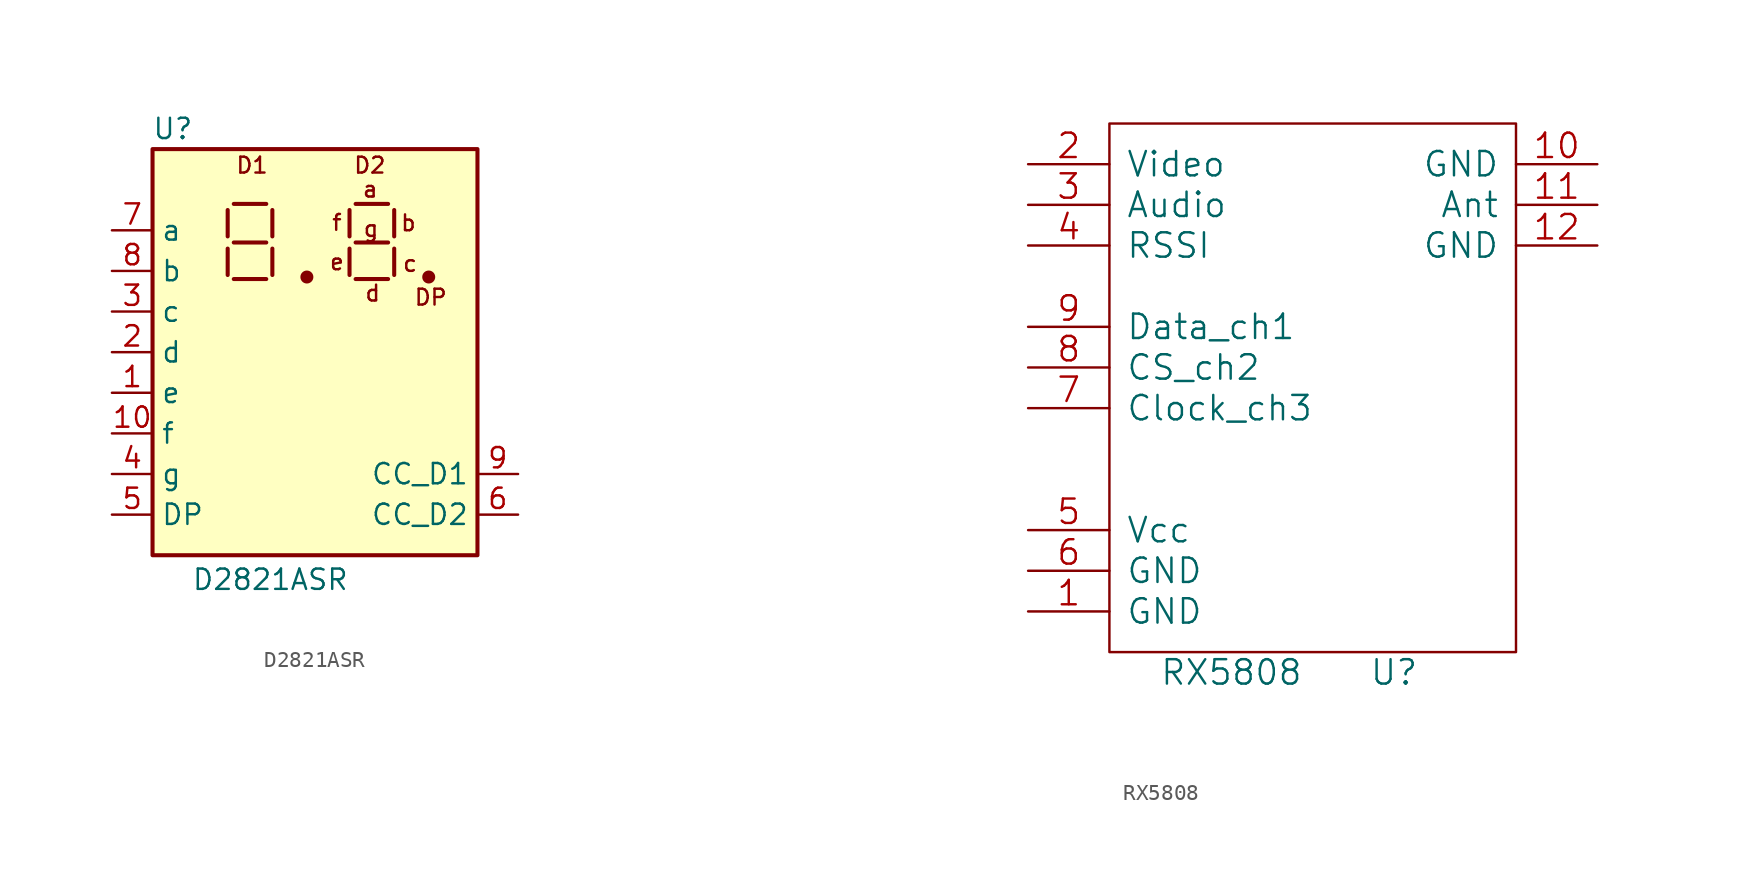
<source format=kicad_sym>
(kicad_symbol_lib
  (version 20211014)
  (generator kicad_symbol_editor)
  (symbol "D2821ASR"
    (property "Reference" "U"
      (at -8.89 13.97 0)
      (effects (font (size 1.27 1.27))))
    (property "Value" "D2821ASR"
      (at -2.794 -14.224 0)
      (effects (font (size 1.27 1.27))))
    (symbol "D2821ASR_0_0"
      (text "a" (at 3.454 10.185 0) (effects (font (size 0.991 0.991))))
      (text "b" (at 5.842 8.077 0) (effects (font (size 0.991 0.991))))
      (text "c" (at 5.944 5.537 0) (effects (font (size 0.991 0.991))))
      (text "d" (at 3.607 3.683 0) (effects (font (size 0.991 0.991))))
      (text "D1" (at -3.937 11.684 0) (effects (font (size 0.991 0.991))))
      (text "D2" (at 3.429 11.684 0) (effects (font (size 0.991 0.991))))
      (text "DP" (at 7.239 3.429 0) (effects (font (size 0.991 0.991))))
      (text "e" (at 1.372 5.639 0) (effects (font (size 0.991 0.991))))
      (text "f" (at 1.372 8.103 0) (effects (font (size 0.991 0.991))))
      (text "g" (at 3.505 7.722 0) (effects (font (size 0.991 0.991)))))
    (symbol "D2821ASR_0_1"
      (rectangle (start -10.16 12.7) (end 10.16 -12.7) (stroke (width 0.254) (type default) (color 0 0 0 0)) (fill (type background)))
      (circle (center -0.508 4.699) (radius 0.279) (stroke (width 0.254) (type default) (color 0 0 0 0)) (fill (type outline)))
      (polyline (pts (xy -5.461 4.826) (xy -5.461 6.477)) (stroke (width 0.254) (type default) (color 0 0 0 0)) (fill (type none)))
      (polyline (pts (xy -5.461 7.239) (xy -5.461 8.89)) (stroke (width 0.254) (type default) (color 0 0 0 0)) (fill (type none)))
      (polyline (pts (xy -5.08 4.572) (xy -3.048 4.572)) (stroke (width 0.254) (type default) (color 0 0 0 0)) (fill (type none)))
      (polyline (pts (xy -5.08 6.858) (xy -3.048 6.858)) (stroke (width 0.254) (type default) (color 0 0 0 0)) (fill (type none)))
      (polyline (pts (xy -5.08 9.271) (xy -3.048 9.271)) (stroke (width 0.254) (type default) (color 0 0 0 0)) (fill (type none)))
      (polyline (pts (xy -2.667 4.826) (xy -2.667 6.477)) (stroke (width 0.254) (type default) (color 0 0 0 0)) (fill (type none)))
      (polyline (pts (xy -2.667 7.239) (xy -2.667 8.89)) (stroke (width 0.254) (type default) (color 0 0 0 0)) (fill (type none)))
      (polyline (pts (xy 2.159 4.826) (xy 2.159 6.477)) (stroke (width 0.254) (type default) (color 0 0 0 0)) (fill (type none)))
      (polyline (pts (xy 2.159 7.239) (xy 2.159 8.89)) (stroke (width 0.254) (type default) (color 0 0 0 0)) (fill (type none)))
      (polyline (pts (xy 2.54 4.572) (xy 4.572 4.572)) (stroke (width 0.254) (type default) (color 0 0 0 0)) (fill (type none)))
      (polyline (pts (xy 2.54 6.858) (xy 4.572 6.858)) (stroke (width 0.254) (type default) (color 0 0 0 0)) (fill (type none)))
      (polyline (pts (xy 2.54 9.271) (xy 4.572 9.271)) (stroke (width 0.254) (type default) (color 0 0 0 0)) (fill (type none)))
      (polyline (pts (xy 4.953 4.826) (xy 4.953 6.477)) (stroke (width 0.254) (type default) (color 0 0 0 0)) (fill (type none)))
      (polyline (pts (xy 4.953 7.239) (xy 4.953 8.89)) (stroke (width 0.254) (type default) (color 0 0 0 0)) (fill (type none)))
      (circle (center 7.112 4.699) (radius 0.279) (stroke (width 0.254) (type default) (color 0 0 0 0)) (fill (type outline))))
    (symbol "D2821ASR_1_1"
      (pin input line (at -12.7 -2.54 0) (length 2.54) (name "e" (effects (font (size 1.27 1.27)))) (number "1" (effects (font (size 1.27 1.27)))))
      (pin input line (at -12.7 -5.08 0) (length 2.54) (name "f" (effects (font (size 1.27 1.27)))) (number "10" (effects (font (size 1.27 1.27)))))
      (pin input line (at -12.7 0 0) (length 2.54) (name "d" (effects (font (size 1.27 1.27)))) (number "2" (effects (font (size 1.27 1.27)))))
      (pin input line (at -12.7 2.54 0) (length 2.54) (name "c" (effects (font (size 1.27 1.27)))) (number "3" (effects (font (size 1.27 1.27)))))
      (pin input line (at -12.7 -7.62 0) (length 2.54) (name "g" (effects (font (size 1.27 1.27)))) (number "4" (effects (font (size 1.27 1.27)))))
      (pin input line (at -12.7 -10.16 0) (length 2.54) (name "DP" (effects (font (size 1.27 1.27)))) (number "5" (effects (font (size 1.27 1.27)))))
      (pin input line (at 12.7 -10.16 180) (length 2.54) (name "CC_D2" (effects (font (size 1.27 1.27)))) (number "6" (effects (font (size 1.27 1.27)))))
      (pin input line (at -12.7 7.62 0) (length 2.54) (name "a" (effects (font (size 1.27 1.27)))) (number "7" (effects (font (size 1.27 1.27)))))
      (pin input line (at -12.7 5.08 0) (length 2.54) (name "b" (effects (font (size 1.27 1.27)))) (number "8" (effects (font (size 1.27 1.27)))))
      (pin input line (at 12.7 -7.62 180) (length 2.54) (name "CC_D1" (effects (font (size 1.27 1.27)))) (number "9" (effects (font (size 1.27 1.27)))))))
  (symbol "RX5808"
    (pin_names
      (offset 1.016))
    (property "Reference" "U"
      (at 5.08 -17.78 0)
      (effects (font (size 1.524 1.524))))
    (property "Value" "RX5808"
      (at -5.08 -17.78 0)
      (effects (font (size 1.524 1.524))))
    (property "Footprint" ""
      (at -36.83 -20.32 0)
      (effects (font (size 1.524 1.524))))
    (property "Datasheet" ""
      (at -36.83 -20.32 0)
      (effects (font (size 1.524 1.524))))
    (symbol "RX5808_0_1"
      (rectangle (start -12.7 16.51) (end 12.7 -16.51) (stroke (width 0) (type default) (color 0 0 0 0)) (fill (type none))))
    (symbol "RX5808_1_1"
      (pin power_in line (at -17.78 -13.97 0) (length 5.08) (name "GND" (effects (font (size 1.524 1.524)))) (number "1" (effects (font (size 1.524 1.524)))))
      (pin power_in line (at 17.78 13.97 180) (length 5.08) (name "GND" (effects (font (size 1.524 1.524)))) (number "10" (effects (font (size 1.524 1.524)))))
      (pin input line (at 17.78 11.43 180) (length 5.08) (name "Ant" (effects (font (size 1.524 1.524)))) (number "11" (effects (font (size 1.524 1.524)))))
      (pin power_in line (at 17.78 8.89 180) (length 5.08) (name "GND" (effects (font (size 1.524 1.524)))) (number "12" (effects (font (size 1.524 1.524)))))
      (pin output line (at -17.78 13.97 0) (length 5.08) (name "Video" (effects (font (size 1.524 1.524)))) (number "2" (effects (font (size 1.524 1.524)))))
      (pin output line (at -17.78 11.43 0) (length 5.08) (name "Audio" (effects (font (size 1.524 1.524)))) (number "3" (effects (font (size 1.524 1.524)))))
      (pin output line (at -17.78 8.89 0) (length 5.08) (name "RSSI" (effects (font (size 1.524 1.524)))) (number "4" (effects (font (size 1.524 1.524)))))
      (pin power_in line (at -17.78 -8.89 0) (length 5.08) (name "Vcc" (effects (font (size 1.524 1.524)))) (number "5" (effects (font (size 1.524 1.524)))))
      (pin power_in line (at -17.78 -11.43 0) (length 5.08) (name "GND" (effects (font (size 1.524 1.524)))) (number "6" (effects (font (size 1.524 1.524)))))
      (pin bidirectional line (at -17.78 -1.27 0) (length 5.08) (name "Clock_ch3" (effects (font (size 1.524 1.524)))) (number "7" (effects (font (size 1.524 1.524)))))
      (pin bidirectional line (at -17.78 1.27 0) (length 5.08) (name "CS_ch2" (effects (font (size 1.524 1.524)))) (number "8" (effects (font (size 1.524 1.524)))))
      (pin bidirectional line (at -17.78 3.81 0) (length 5.08) (name "Data_ch1" (effects (font (size 1.524 1.524)))) (number "9" (effects (font (size 1.524 1.524))))))))
</source>
